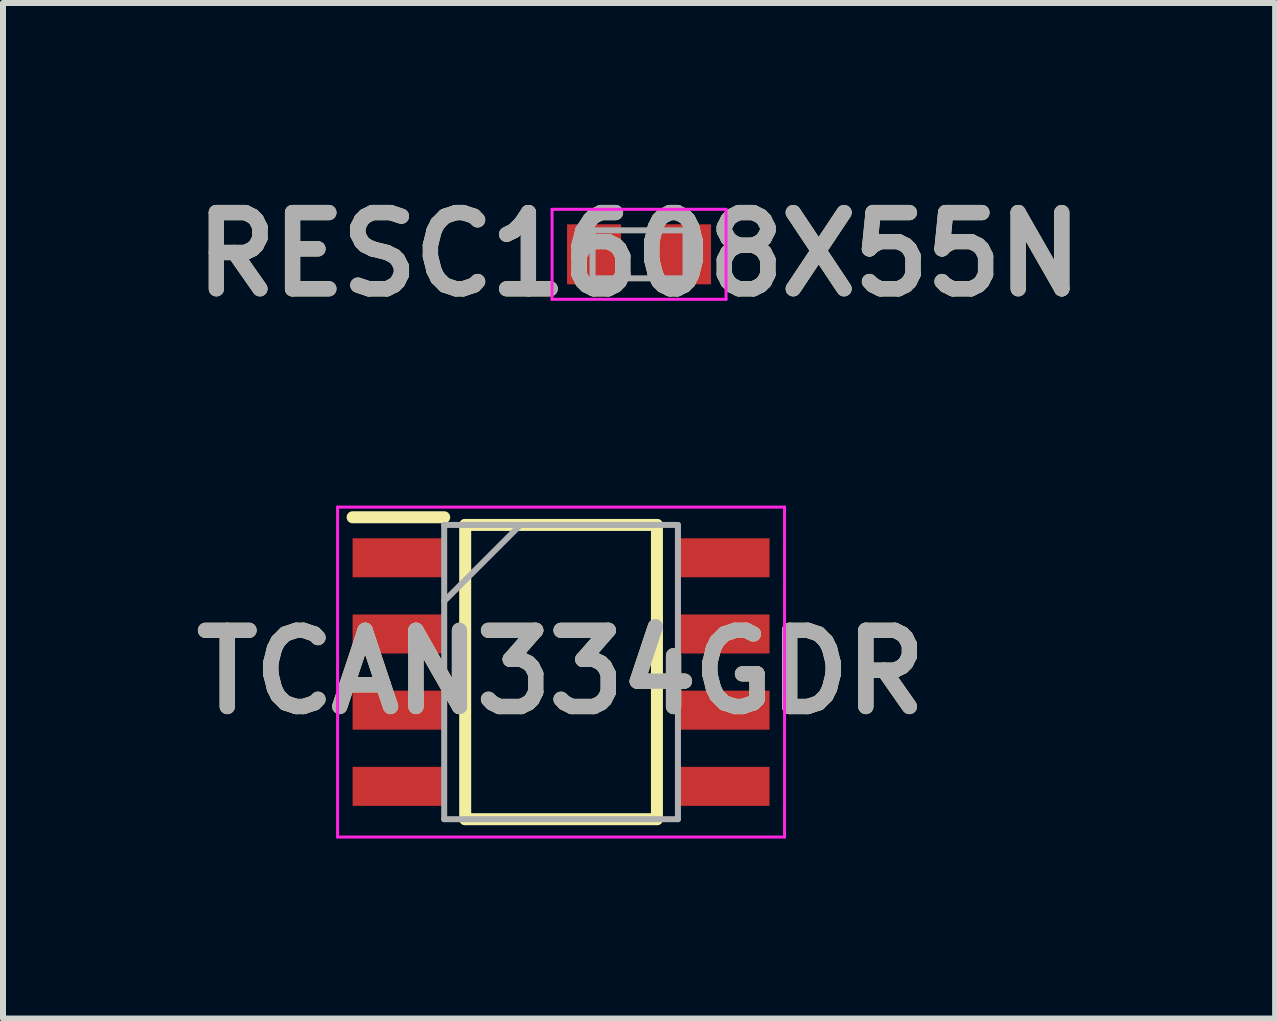
<source format=kicad_pcb>
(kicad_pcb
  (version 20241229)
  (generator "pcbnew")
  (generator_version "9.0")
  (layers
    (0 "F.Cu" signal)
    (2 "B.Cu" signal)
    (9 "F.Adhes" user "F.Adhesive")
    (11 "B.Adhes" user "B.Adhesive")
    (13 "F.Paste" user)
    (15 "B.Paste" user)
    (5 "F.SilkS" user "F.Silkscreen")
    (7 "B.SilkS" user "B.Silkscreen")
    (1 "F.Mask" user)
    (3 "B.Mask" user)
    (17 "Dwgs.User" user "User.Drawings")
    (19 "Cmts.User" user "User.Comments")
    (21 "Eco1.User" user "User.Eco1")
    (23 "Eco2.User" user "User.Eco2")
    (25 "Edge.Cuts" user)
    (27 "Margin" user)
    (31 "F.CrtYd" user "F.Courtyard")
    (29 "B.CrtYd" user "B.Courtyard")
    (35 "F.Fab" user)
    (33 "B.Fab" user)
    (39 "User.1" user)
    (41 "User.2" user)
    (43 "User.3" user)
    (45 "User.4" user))
  (footprint "RESC1608X55N"
    (layer "F.Cu")
    (at 7.602 1.189)
    (property "Reference" "RESC1608X55N" (at 0 0 0) (layer "F.SilkS") (effects (font (size 1.27 1.27) (thickness 0.254))))
    (attr smd)
    (fp_line (start -1.45 -0.75) (end 1.45 -0.75) (stroke (width 0.05) (type solid)) (layer "F.CrtYd"))
    (fp_line (start -1.45 0.75) (end -1.45 -0.75) (stroke (width 0.05) (type solid)) (layer "F.CrtYd"))
    (fp_line (start 1.45 -0.75) (end 1.45 0.75) (stroke (width 0.05) (type solid)) (layer "F.CrtYd"))
    (fp_line (start 1.45 0.75) (end -1.45 0.75) (stroke (width 0.05) (type solid)) (layer "F.CrtYd"))
    (fp_line (start -0.775 -0.4) (end 0.775 -0.4) (stroke (width 0.1) (type solid)) (layer "F.Fab"))
    (fp_line (start -0.775 0.4) (end -0.775 -0.4) (stroke (width 0.1) (type solid)) (layer "F.Fab"))
    (fp_line (start 0.775 -0.4) (end 0.775 0.4) (stroke (width 0.1) (type solid)) (layer "F.Fab"))
    (fp_line (start 0.775 0.4) (end -0.775 0.4) (stroke (width 0.1) (type solid)) (layer "F.Fab"))
    (fp_text user "${REFERENCE}" (at 0 0 0) (layer "F.Fab") (effects (font (size 1.27 1.27) (thickness 0.254))))
    (pad "1" smd rect (at -0.75 0) (size 0.9 1) (layers "F.Cu" "F.Mask" "F.Paste"))
    (pad "2" smd rect (at 0.75 0) (size 0.9 1) (layers "F.Cu" "F.Mask" "F.Paste")))
  (footprint "TCAN334GDR"
    (layer "F.Cu")
    (at 6.302 8.152)
    (property "Reference" "TCAN334GDR" (at 0 0 0) (layer "F.SilkS") (effects (font (size 1.27 1.27) (thickness 0.254))))
    (attr smd)
    (fp_line (start -3.475 -2.58) (end -1.948 -2.58) (stroke (width 0.2) (type solid)) (layer "F.SilkS"))
    (fp_line (start -1.598 -2.452) (end 1.598 -2.452) (stroke (width 0.2) (type solid)) (layer "F.SilkS"))
    (fp_line (start -1.598 2.452) (end -1.598 -2.452) (stroke (width 0.2) (type solid)) (layer "F.SilkS"))
    (fp_line (start 1.598 -2.452) (end 1.598 2.452) (stroke (width 0.2) (type solid)) (layer "F.SilkS"))
    (fp_line (start 1.598 2.452) (end -1.598 2.452) (stroke (width 0.2) (type solid)) (layer "F.SilkS"))
    (fp_line (start -3.725 -2.75) (end 3.725 -2.75) (stroke (width 0.05) (type solid)) (layer "F.CrtYd"))
    (fp_line (start -3.725 2.75) (end -3.725 -2.75) (stroke (width 0.05) (type solid)) (layer "F.CrtYd"))
    (fp_line (start 3.725 -2.75) (end 3.725 2.75) (stroke (width 0.05) (type solid)) (layer "F.CrtYd"))
    (fp_line (start 3.725 2.75) (end -3.725 2.75) (stroke (width 0.05) (type solid)) (layer "F.CrtYd"))
    (fp_line (start -1.948 -2.452) (end 1.948 -2.452) (stroke (width 0.1) (type solid)) (layer "F.Fab"))
    (fp_line (start -1.948 -1.182) (end -0.678 -2.452) (stroke (width 0.1) (type solid)) (layer "F.Fab"))
    (fp_line (start -1.948 2.452) (end -1.948 -2.452) (stroke (width 0.1) (type solid)) (layer "F.Fab"))
    (fp_line (start 1.948 -2.452) (end 1.948 2.452) (stroke (width 0.1) (type solid)) (layer "F.Fab"))
    (fp_line (start 1.948 2.452) (end -1.948 2.452) (stroke (width 0.1) (type solid)) (layer "F.Fab"))
    (fp_text user "${REFERENCE}" (at 0 0 0) (layer "F.Fab") (effects (font (size 1.27 1.27) (thickness 0.254))))
    (pad "1" smd rect (at -2.711 -1.905 90) (size 0.65 1.528) (layers "F.Cu" "F.Mask" "F.Paste"))
    (pad "2" smd rect (at -2.711 -0.635 90) (size 0.65 1.528) (layers "F.Cu" "F.Mask" "F.Paste"))
    (pad "3" smd rect (at -2.711 0.635 90) (size 0.65 1.528) (layers "F.Cu" "F.Mask" "F.Paste"))
    (pad "4" smd rect (at -2.711 1.905 90) (size 0.65 1.528) (layers "F.Cu" "F.Mask" "F.Paste"))
    (pad "5" smd rect (at 2.711 1.905 90) (size 0.65 1.528) (layers "F.Cu" "F.Mask" "F.Paste"))
    (pad "6" smd rect (at 2.711 0.635 90) (size 0.65 1.528) (layers "F.Cu" "F.Mask" "F.Paste"))
    (pad "7" smd rect (at 2.711 -0.635 90) (size 0.65 1.528) (layers "F.Cu" "F.Mask" "F.Paste"))
    (pad "8" smd rect (at 2.711 -1.905 90) (size 0.65 1.528) (layers "F.Cu" "F.Mask" "F.Paste")))
  (gr_rect
    (start -3 -3)
    (end 18.204 13.927)
    (stroke (width 0.1) (type default))
    (fill no)
    (layer "Edge.Cuts")))
</source>
